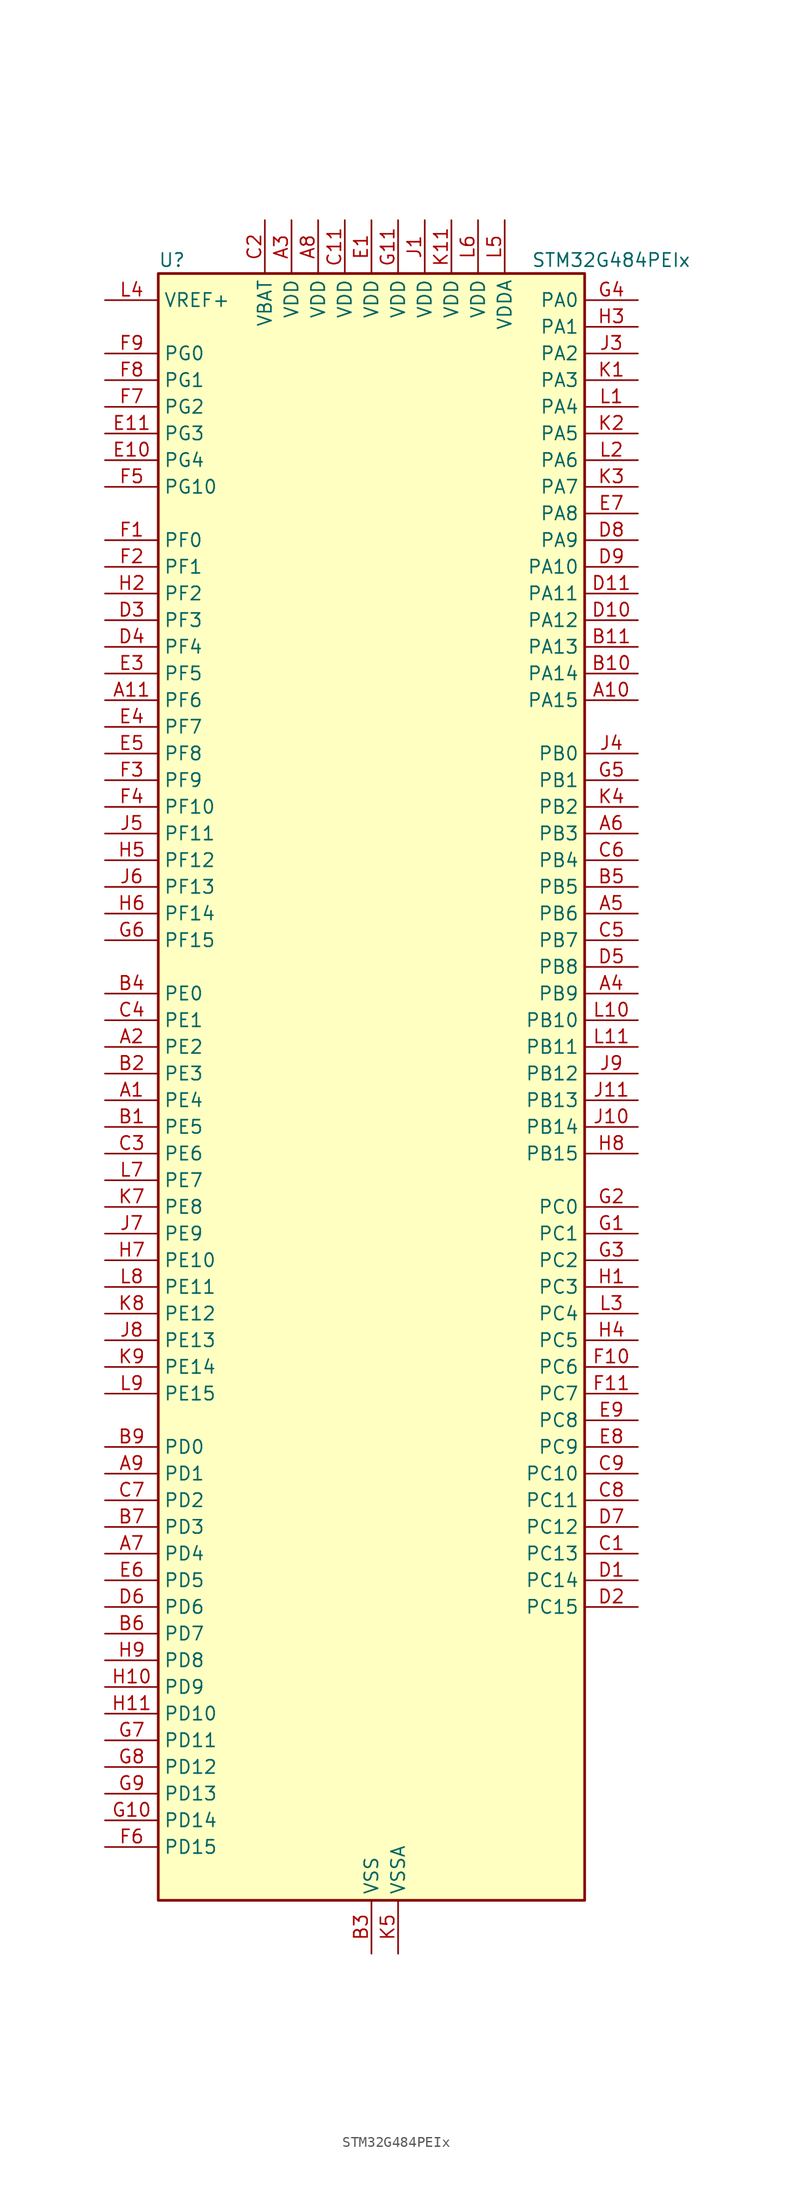
<source format=kicad_sym>
(kicad_symbol_lib
  (version 20231120)
  (generator "kicad_symbol_editor")
  (generator_version "8.0")
  (symbol "STM32G484PEIx"
    (property "Reference" "U"
      (at -20.32 80.01 0)
      (effects (font (size 1.27 1.27)) (justify left)))
    (property "Value" "STM32G484PEIx"
      (at 15.24 80.01 0)
      (effects (font (size 1.27 1.27)) (justify left)))
    (property "ki_locked" ""
      (at 0 0 0)
      (effects (font (size 1.27 1.27))))
    (symbol "STM32G484PEIx_0_1"
      (rectangle (start -20.32 -76.2) (end 20.32 78.74) (stroke (width 0.254) (type default)) (fill (type background))))
    (symbol "STM32G484PEIx_1_1"
      (pin bidirectional line (at -25.4 0 0) (length 5.08) (name "PE4" (effects (font (size 1.27 1.27)))) (number "A1" (effects (font (size 1.27 1.27)))) (alternate "FMC_A20" bidirectional line) (alternate "SAI1_D2" bidirectional line) (alternate "SAI1_FS_A" bidirectional line) (alternate "SPI4_NSS" bidirectional line) (alternate "SYS_TRACED1" bidirectional line) (alternate "TIM20_CH1N" bidirectional line) (alternate "TIM3_CH3" bidirectional line))
      (pin bidirectional line (at 25.4 38.1 180) (length 5.08) (name "PA15" (effects (font (size 1.27 1.27)))) (number "A10" (effects (font (size 1.27 1.27)))) (alternate "ADC1_EXTI15" bidirectional line) (alternate "ADC2_EXTI15" bidirectional line) (alternate "FDCAN3_TX" bidirectional line) (alternate "HRTIM1_FLT2" bidirectional line) (alternate "I2C1_SCL" bidirectional line) (alternate "I2S3_WS" bidirectional line) (alternate "SPI1_NSS" bidirectional line) (alternate "SPI3_NSS" bidirectional line) (alternate "SYS_JTDI" bidirectional line) (alternate "TIM1_BKIN" bidirectional line) (alternate "TIM2_CH1" bidirectional line) (alternate "TIM2_ETR" bidirectional line) (alternate "TIM8_CH1" bidirectional line) (alternate "UART4_DE" bidirectional line) (alternate "UART4_RTS" bidirectional line) (alternate "USART2_RX" bidirectional line))
      (pin bidirectional line (at -25.4 38.1 0) (length 5.08) (name "PF6" (effects (font (size 1.27 1.27)))) (number "A11" (effects (font (size 1.27 1.27)))) (alternate "I2C2_SCL" bidirectional line) (alternate "QUADSPI1_BK1_IO3" bidirectional line) (alternate "SAI1_SD_B" bidirectional line) (alternate "TIM4_CH4" bidirectional line) (alternate "TIM5_CH1" bidirectional line) (alternate "TIM5_ETR" bidirectional line) (alternate "USART3_RTS" bidirectional line))
      (pin bidirectional line (at -25.4 5.08 0) (length 5.08) (name "PE2" (effects (font (size 1.27 1.27)))) (number "A2" (effects (font (size 1.27 1.27)))) (alternate "ADC3_EXTI2" bidirectional line) (alternate "ADC4_EXTI2" bidirectional line) (alternate "ADC5_EXTI2" bidirectional line) (alternate "FMC_A23" bidirectional line) (alternate "SAI1_CK1" bidirectional line) (alternate "SAI1_MCLK_A" bidirectional line) (alternate "SPI4_SCK" bidirectional line) (alternate "SYS_TRACECLK" bidirectional line) (alternate "TIM20_CH1" bidirectional line) (alternate "TIM3_CH1" bidirectional line))
      (pin power_in line (at -7.62 83.82 270) (length 5.08) (name "VDD" (effects (font (size 1.27 1.27)))) (number "A3" (effects (font (size 1.27 1.27)))))
      (pin bidirectional line (at 25.4 10.16 180) (length 5.08) (name "PB9" (effects (font (size 1.27 1.27)))) (number "A4" (effects (font (size 1.27 1.27)))) (alternate "COMP2_OUT" bidirectional line) (alternate "DAC1_EXTI9" bidirectional line) (alternate "DAC2_EXTI9" bidirectional line) (alternate "DAC3_EXTI9" bidirectional line) (alternate "DAC4_EXTI9" bidirectional line) (alternate "FDCAN1_TX" bidirectional line) (alternate "HRTIM1_EEV5" bidirectional line) (alternate "I2C1_SDA" bidirectional line) (alternate "IR_OUT" bidirectional line) (alternate "SAI1_D2" bidirectional line) (alternate "SAI1_FS_A" bidirectional line) (alternate "TIM17_CH1" bidirectional line) (alternate "TIM1_CH3N" bidirectional line) (alternate "TIM4_CH4" bidirectional line) (alternate "TIM8_CH3" bidirectional line) (alternate "USART3_TX" bidirectional line))
      (pin bidirectional line (at 25.4 17.78 180) (length 5.08) (name "PB6" (effects (font (size 1.27 1.27)))) (number "A5" (effects (font (size 1.27 1.27)))) (alternate "COMP4_OUT" bidirectional line) (alternate "FDCAN2_TX" bidirectional line) (alternate "HRTIM1_EEV4" bidirectional line) (alternate "HRTIM1_SCIN" bidirectional line) (alternate "LPTIM1_ETR" bidirectional line) (alternate "SAI1_FS_B" bidirectional line) (alternate "TIM16_CH1N" bidirectional line) (alternate "TIM4_CH1" bidirectional line) (alternate "TIM8_BKIN2" bidirectional line) (alternate "TIM8_CH1" bidirectional line) (alternate "TIM8_ETR" bidirectional line) (alternate "UCPD1_CC1" bidirectional line) (alternate "USART1_TX" bidirectional line))
      (pin bidirectional line (at 25.4 25.4 180) (length 5.08) (name "PB3" (effects (font (size 1.27 1.27)))) (number "A6" (effects (font (size 1.27 1.27)))) (alternate "ADC3_EXTI3" bidirectional line) (alternate "ADC4_EXTI3" bidirectional line) (alternate "ADC5_EXTI3" bidirectional line) (alternate "CRS_SYNC" bidirectional line) (alternate "FDCAN3_RX" bidirectional line) (alternate "HRTIM1_EEV9" bidirectional line) (alternate "HRTIM1_SCOUT" bidirectional line) (alternate "I2S3_CK" bidirectional line) (alternate "SAI1_SCK_B" bidirectional line) (alternate "SPI1_SCK" bidirectional line) (alternate "SPI3_SCK" bidirectional line) (alternate "SYS_JTDO-SWO" bidirectional line) (alternate "TIM2_CH2" bidirectional line) (alternate "TIM3_ETR" bidirectional line) (alternate "TIM4_ETR" bidirectional line) (alternate "TIM8_CH1N" bidirectional line) (alternate "USART2_TX" bidirectional line))
      (pin bidirectional line (at -25.4 -43.18 0) (length 5.08) (name "PD4" (effects (font (size 1.27 1.27)))) (number "A7" (effects (font (size 1.27 1.27)))) (alternate "FMC_NOE" bidirectional line) (alternate "QUADSPI1_BK2_IO0" bidirectional line) (alternate "TIM2_CH2" bidirectional line) (alternate "USART2_DE" bidirectional line) (alternate "USART2_RTS" bidirectional line))
      (pin power_in line (at -5.08 83.82 270) (length 5.08) (name "VDD" (effects (font (size 1.27 1.27)))) (number "A8" (effects (font (size 1.27 1.27)))))
      (pin bidirectional line (at -25.4 -35.56 0) (length 5.08) (name "PD1" (effects (font (size 1.27 1.27)))) (number "A9" (effects (font (size 1.27 1.27)))) (alternate "FDCAN1_TX" bidirectional line) (alternate "FMC_D3" bidirectional line) (alternate "FMC_DA3" bidirectional line) (alternate "TIM8_BKIN2" bidirectional line) (alternate "TIM8_CH4" bidirectional line))
      (pin bidirectional line (at -25.4 -2.54 0) (length 5.08) (name "PE5" (effects (font (size 1.27 1.27)))) (number "B1" (effects (font (size 1.27 1.27)))) (alternate "FMC_A21" bidirectional line) (alternate "SAI1_CK2" bidirectional line) (alternate "SAI1_SCK_A" bidirectional line) (alternate "SPI4_MISO" bidirectional line) (alternate "SYS_TRACED2" bidirectional line) (alternate "TIM20_CH2N" bidirectional line) (alternate "TIM3_CH4" bidirectional line))
      (pin bidirectional line (at 25.4 40.64 180) (length 5.08) (name "PA14" (effects (font (size 1.27 1.27)))) (number "B10" (effects (font (size 1.27 1.27)))) (alternate "I2C1_SDA" bidirectional line) (alternate "I2C4_SMBA" bidirectional line) (alternate "LPTIM1_OUT" bidirectional line) (alternate "SAI1_FS_B" bidirectional line) (alternate "SYS_JTCK-SWCLK" bidirectional line) (alternate "TIM1_BKIN" bidirectional line) (alternate "TIM8_CH2" bidirectional line) (alternate "USART2_TX" bidirectional line))
      (pin bidirectional line (at 25.4 43.18 180) (length 5.08) (name "PA13" (effects (font (size 1.27 1.27)))) (number "B11" (effects (font (size 1.27 1.27)))) (alternate "I2C1_SCL" bidirectional line) (alternate "I2C4_SCL" bidirectional line) (alternate "IR_OUT" bidirectional line) (alternate "SAI1_SD_B" bidirectional line) (alternate "SYS_JTMS-SWDIO" bidirectional line) (alternate "TIM16_CH1N" bidirectional line) (alternate "TIM4_CH3" bidirectional line) (alternate "USART3_CTS" bidirectional line) (alternate "USART3_NSS" bidirectional line))
      (pin bidirectional line (at -25.4 2.54 0) (length 5.08) (name "PE3" (effects (font (size 1.27 1.27)))) (number "B2" (effects (font (size 1.27 1.27)))) (alternate "ADC3_EXTI3" bidirectional line) (alternate "ADC4_EXTI3" bidirectional line) (alternate "ADC5_EXTI3" bidirectional line) (alternate "FMC_A19" bidirectional line) (alternate "SAI1_SD_B" bidirectional line) (alternate "SPI4_NSS" bidirectional line) (alternate "SYS_TRACED0" bidirectional line) (alternate "TIM20_CH2" bidirectional line) (alternate "TIM3_CH2" bidirectional line))
      (pin power_in line (at 0 -81.28 90) (length 5.08) (name "VSS" (effects (font (size 1.27 1.27)))) (number "B3" (effects (font (size 1.27 1.27)))))
      (pin bidirectional line (at -25.4 10.16 0) (length 5.08) (name "PE0" (effects (font (size 1.27 1.27)))) (number "B4" (effects (font (size 1.27 1.27)))) (alternate "FMC_NBL0" bidirectional line) (alternate "TIM16_CH1" bidirectional line) (alternate "TIM20_CH4N" bidirectional line) (alternate "TIM20_ETR" bidirectional line) (alternate "TIM4_ETR" bidirectional line) (alternate "USART1_TX" bidirectional line))
      (pin bidirectional line (at 25.4 20.32 180) (length 5.08) (name "PB5" (effects (font (size 1.27 1.27)))) (number "B5" (effects (font (size 1.27 1.27)))) (alternate "FDCAN2_RX" bidirectional line) (alternate "HRTIM1_EEV6" bidirectional line) (alternate "I2C1_SMBA" bidirectional line) (alternate "I2C3_SDA" bidirectional line) (alternate "I2S3_SD" bidirectional line) (alternate "LPTIM1_IN1" bidirectional line) (alternate "SAI1_SD_B" bidirectional line) (alternate "SPI1_MOSI" bidirectional line) (alternate "SPI3_MOSI" bidirectional line) (alternate "TIM16_BKIN" bidirectional line) (alternate "TIM17_CH1" bidirectional line) (alternate "TIM3_CH2" bidirectional line) (alternate "TIM8_CH3N" bidirectional line) (alternate "UART5_CTS" bidirectional line) (alternate "USART2_CK" bidirectional line))
      (pin bidirectional line (at -25.4 -50.8 0) (length 5.08) (name "PD7" (effects (font (size 1.27 1.27)))) (number "B6" (effects (font (size 1.27 1.27)))) (alternate "FMC_NCE" bidirectional line) (alternate "FMC_NE1" bidirectional line) (alternate "QUADSPI1_BK2_IO3" bidirectional line) (alternate "TIM2_CH3" bidirectional line) (alternate "USART2_CK" bidirectional line))
      (pin bidirectional line (at -25.4 -40.64 0) (length 5.08) (name "PD3" (effects (font (size 1.27 1.27)))) (number "B7" (effects (font (size 1.27 1.27)))) (alternate "ADC3_EXTI3" bidirectional line) (alternate "ADC4_EXTI3" bidirectional line) (alternate "ADC5_EXTI3" bidirectional line) (alternate "FMC_CLK" bidirectional line) (alternate "QUADSPI1_BK2_NCS" bidirectional line) (alternate "TIM2_CH1" bidirectional line) (alternate "TIM2_ETR" bidirectional line) (alternate "USART2_CTS" bidirectional line) (alternate "USART2_NSS" bidirectional line))
      (pin passive line (at 0 -81.28 90) (length 5.08) hide (name "VSS" (effects (font (size 1.27 1.27)))) (number "B8" (effects (font (size 1.27 1.27)))))
      (pin bidirectional line (at -25.4 -33.02 0) (length 5.08) (name "PD0" (effects (font (size 1.27 1.27)))) (number "B9" (effects (font (size 1.27 1.27)))) (alternate "FDCAN1_RX" bidirectional line) (alternate "FMC_D2" bidirectional line) (alternate "FMC_DA2" bidirectional line) (alternate "TIM8_CH4N" bidirectional line))
      (pin bidirectional line (at 25.4 -43.18 180) (length 5.08) (name "PC13" (effects (font (size 1.27 1.27)))) (number "C1" (effects (font (size 1.27 1.27)))) (alternate "RTC_OUT1" bidirectional line) (alternate "RTC_TAMP1" bidirectional line) (alternate "RTC_TS" bidirectional line) (alternate "SYS_WKUP2" bidirectional line) (alternate "TIM1_BKIN" bidirectional line) (alternate "TIM1_CH1N" bidirectional line) (alternate "TIM8_CH4N" bidirectional line))
      (pin passive line (at 0 -81.28 90) (length 5.08) hide (name "VSS" (effects (font (size 1.27 1.27)))) (number "C10" (effects (font (size 1.27 1.27)))))
      (pin power_in line (at -2.54 83.82 270) (length 5.08) (name "VDD" (effects (font (size 1.27 1.27)))) (number "C11" (effects (font (size 1.27 1.27)))))
      (pin power_in line (at -10.16 83.82 270) (length 5.08) (name "VBAT" (effects (font (size 1.27 1.27)))) (number "C2" (effects (font (size 1.27 1.27)))))
      (pin bidirectional line (at -25.4 -5.08 0) (length 5.08) (name "PE6" (effects (font (size 1.27 1.27)))) (number "C3" (effects (font (size 1.27 1.27)))) (alternate "FMC_A22" bidirectional line) (alternate "RTC_TAMP3" bidirectional line) (alternate "SAI1_D1" bidirectional line) (alternate "SAI1_SD_A" bidirectional line) (alternate "SPI4_MOSI" bidirectional line) (alternate "SYS_TRACED3" bidirectional line) (alternate "SYS_WKUP3" bidirectional line) (alternate "TIM20_CH3N" bidirectional line))
      (pin bidirectional line (at -25.4 7.62 0) (length 5.08) (name "PE1" (effects (font (size 1.27 1.27)))) (number "C4" (effects (font (size 1.27 1.27)))) (alternate "FMC_NBL1" bidirectional line) (alternate "TIM17_CH1" bidirectional line) (alternate "TIM20_CH4" bidirectional line) (alternate "USART1_RX" bidirectional line))
      (pin bidirectional line (at 25.4 15.24 180) (length 5.08) (name "PB7" (effects (font (size 1.27 1.27)))) (number "C5" (effects (font (size 1.27 1.27)))) (alternate "COMP3_OUT" bidirectional line) (alternate "FMC_NL" bidirectional line) (alternate "HRTIM1_EEV3" bidirectional line) (alternate "I2C1_SDA" bidirectional line) (alternate "I2C4_SDA" bidirectional line) (alternate "LPTIM1_IN2" bidirectional line) (alternate "SYS_PVD_IN" bidirectional line) (alternate "TIM17_CH1N" bidirectional line) (alternate "TIM3_CH4" bidirectional line) (alternate "TIM4_CH2" bidirectional line) (alternate "TIM8_BKIN" bidirectional line) (alternate "UART4_CTS" bidirectional line) (alternate "USART1_RX" bidirectional line))
      (pin bidirectional line (at 25.4 22.86 180) (length 5.08) (name "PB4" (effects (font (size 1.27 1.27)))) (number "C6" (effects (font (size 1.27 1.27)))) (alternate "FDCAN3_TX" bidirectional line) (alternate "HRTIM1_EEV7" bidirectional line) (alternate "SAI1_MCLK_B" bidirectional line) (alternate "SPI1_MISO" bidirectional line) (alternate "SPI3_MISO" bidirectional line) (alternate "SYS_JTRST" bidirectional line) (alternate "TIM16_CH1" bidirectional line) (alternate "TIM17_BKIN" bidirectional line) (alternate "TIM3_CH1" bidirectional line) (alternate "TIM8_CH2N" bidirectional line) (alternate "UART5_DE" bidirectional line) (alternate "UART5_RTS" bidirectional line) (alternate "UCPD1_CC2" bidirectional line) (alternate "USART2_RX" bidirectional line))
      (pin bidirectional line (at -25.4 -38.1 0) (length 5.08) (name "PD2" (effects (font (size 1.27 1.27)))) (number "C7" (effects (font (size 1.27 1.27)))) (alternate "ADC3_EXTI2" bidirectional line) (alternate "ADC4_EXTI2" bidirectional line) (alternate "ADC5_EXTI2" bidirectional line) (alternate "TIM3_ETR" bidirectional line) (alternate "TIM8_BKIN" bidirectional line) (alternate "UART5_RX" bidirectional line))
      (pin bidirectional line (at 25.4 -38.1 180) (length 5.08) (name "PC11" (effects (font (size 1.27 1.27)))) (number "C8" (effects (font (size 1.27 1.27)))) (alternate "ADC1_EXTI11" bidirectional line) (alternate "ADC2_EXTI11" bidirectional line) (alternate "HRTIM1_EEV2" bidirectional line) (alternate "I2C3_SDA" bidirectional line) (alternate "SPI3_MISO" bidirectional line) (alternate "TIM8_CH2N" bidirectional line) (alternate "UART4_RX" bidirectional line) (alternate "USART3_RX" bidirectional line))
      (pin bidirectional line (at 25.4 -35.56 180) (length 5.08) (name "PC10" (effects (font (size 1.27 1.27)))) (number "C9" (effects (font (size 1.27 1.27)))) (alternate "DAC1_EXTI10" bidirectional line) (alternate "DAC2_EXTI10" bidirectional line) (alternate "DAC3_EXTI10" bidirectional line) (alternate "DAC4_EXTI10" bidirectional line) (alternate "HRTIM1_FLT6" bidirectional line) (alternate "I2S3_CK" bidirectional line) (alternate "SPI3_SCK" bidirectional line) (alternate "TIM8_CH1N" bidirectional line) (alternate "UART4_TX" bidirectional line) (alternate "USART3_TX" bidirectional line))
      (pin bidirectional line (at 25.4 -45.72 180) (length 5.08) (name "PC14" (effects (font (size 1.27 1.27)))) (number "D1" (effects (font (size 1.27 1.27)))) (alternate "RCC_OSC32_IN" bidirectional line))
      (pin bidirectional line (at 25.4 45.72 180) (length 5.08) (name "PA12" (effects (font (size 1.27 1.27)))) (number "D10" (effects (font (size 1.27 1.27)))) (alternate "COMP2_OUT" bidirectional line) (alternate "FDCAN1_TX" bidirectional line) (alternate "HRTIM1_FLT1" bidirectional line) (alternate "I2S_CKIN" bidirectional line) (alternate "TIM16_CH1" bidirectional line) (alternate "TIM1_CH2N" bidirectional line) (alternate "TIM1_ETR" bidirectional line) (alternate "TIM4_CH2" bidirectional line) (alternate "USART1_DE" bidirectional line) (alternate "USART1_RTS" bidirectional line) (alternate "USB_DP" bidirectional line))
      (pin bidirectional line (at 25.4 48.26 180) (length 5.08) (name "PA11" (effects (font (size 1.27 1.27)))) (number "D11" (effects (font (size 1.27 1.27)))) (alternate "ADC1_EXTI11" bidirectional line) (alternate "ADC2_EXTI11" bidirectional line) (alternate "COMP1_OUT" bidirectional line) (alternate "FDCAN1_RX" bidirectional line) (alternate "HRTIM1_CHB2" bidirectional line) (alternate "I2S2_SD" bidirectional line) (alternate "SPI2_MOSI" bidirectional line) (alternate "TIM1_BKIN2" bidirectional line) (alternate "TIM1_CH1N" bidirectional line) (alternate "TIM1_CH4" bidirectional line) (alternate "TIM4_CH1" bidirectional line) (alternate "USART1_CTS" bidirectional line) (alternate "USART1_NSS" bidirectional line) (alternate "USB_DM" bidirectional line))
      (pin bidirectional line (at 25.4 -48.26 180) (length 5.08) (name "PC15" (effects (font (size 1.27 1.27)))) (number "D2" (effects (font (size 1.27 1.27)))) (alternate "ADC1_EXTI15" bidirectional line) (alternate "ADC2_EXTI15" bidirectional line) (alternate "RCC_OSC32_OUT" bidirectional line))
      (pin bidirectional line (at -25.4 45.72 0) (length 5.08) (name "PF3" (effects (font (size 1.27 1.27)))) (number "D3" (effects (font (size 1.27 1.27)))) (alternate "ADC3_EXTI3" bidirectional line) (alternate "ADC4_EXTI3" bidirectional line) (alternate "ADC5_EXTI3" bidirectional line) (alternate "FMC_A3" bidirectional line) (alternate "I2C3_SCL" bidirectional line) (alternate "TIM20_CH4" bidirectional line))
      (pin bidirectional line (at -25.4 43.18 0) (length 5.08) (name "PF4" (effects (font (size 1.27 1.27)))) (number "D4" (effects (font (size 1.27 1.27)))) (alternate "COMP1_OUT" bidirectional line) (alternate "FMC_A4" bidirectional line) (alternate "I2C3_SDA" bidirectional line) (alternate "TIM20_CH1N" bidirectional line))
      (pin bidirectional line (at 25.4 12.7 180) (length 5.08) (name "PB8" (effects (font (size 1.27 1.27)))) (number "D5" (effects (font (size 1.27 1.27)))) (alternate "COMP1_OUT" bidirectional line) (alternate "FDCAN1_RX" bidirectional line) (alternate "HRTIM1_EEV8" bidirectional line) (alternate "I2C1_SCL" bidirectional line) (alternate "SAI1_CK1" bidirectional line) (alternate "SAI1_MCLK_A" bidirectional line) (alternate "TIM16_CH1" bidirectional line) (alternate "TIM1_BKIN" bidirectional line) (alternate "TIM4_CH3" bidirectional line) (alternate "TIM8_CH2" bidirectional line) (alternate "USART3_RX" bidirectional line))
      (pin bidirectional line (at -25.4 -48.26 0) (length 5.08) (name "PD6" (effects (font (size 1.27 1.27)))) (number "D6" (effects (font (size 1.27 1.27)))) (alternate "FMC_NWAIT" bidirectional line) (alternate "QUADSPI1_BK2_IO2" bidirectional line) (alternate "SAI1_D1" bidirectional line) (alternate "SAI1_SD_A" bidirectional line) (alternate "TIM2_CH4" bidirectional line) (alternate "USART2_RX" bidirectional line))
      (pin bidirectional line (at 25.4 -40.64 180) (length 5.08) (name "PC12" (effects (font (size 1.27 1.27)))) (number "D7" (effects (font (size 1.27 1.27)))) (alternate "HRTIM1_EEV1" bidirectional line) (alternate "I2S3_SD" bidirectional line) (alternate "SPI3_MOSI" bidirectional line) (alternate "TIM5_CH2" bidirectional line) (alternate "TIM8_CH3N" bidirectional line) (alternate "UART5_TX" bidirectional line) (alternate "UCPD1_FRSTX1" bidirectional line) (alternate "UCPD1_FRSTX2" bidirectional line) (alternate "USART3_CK" bidirectional line))
      (pin bidirectional line (at 25.4 53.34 180) (length 5.08) (name "PA9" (effects (font (size 1.27 1.27)))) (number "D8" (effects (font (size 1.27 1.27)))) (alternate "ADC5_IN2" bidirectional line) (alternate "COMP5_OUT" bidirectional line) (alternate "DAC1_EXTI9" bidirectional line) (alternate "DAC2_EXTI9" bidirectional line) (alternate "DAC3_EXTI9" bidirectional line) (alternate "DAC4_EXTI9" bidirectional line) (alternate "HRTIM1_CHA2" bidirectional line) (alternate "I2C2_SCL" bidirectional line) (alternate "I2C3_SMBA" bidirectional line) (alternate "I2S3_MCK" bidirectional line) (alternate "SAI1_FS_A" bidirectional line) (alternate "TIM15_BKIN" bidirectional line) (alternate "TIM1_CH2" bidirectional line) (alternate "TIM2_CH3" bidirectional line) (alternate "UCPD1_DBCC1" bidirectional line) (alternate "USART1_TX" bidirectional line))
      (pin bidirectional line (at 25.4 50.8 180) (length 5.08) (name "PA10" (effects (font (size 1.27 1.27)))) (number "D9" (effects (font (size 1.27 1.27)))) (alternate "COMP6_OUT" bidirectional line) (alternate "CRS_SYNC" bidirectional line) (alternate "DAC1_EXTI10" bidirectional line) (alternate "DAC2_EXTI10" bidirectional line) (alternate "DAC3_EXTI10" bidirectional line) (alternate "DAC4_EXTI10" bidirectional line) (alternate "HRTIM1_CHB1" bidirectional line) (alternate "I2C2_SMBA" bidirectional line) (alternate "SAI1_D1" bidirectional line) (alternate "SAI1_SD_A" bidirectional line) (alternate "SPI2_MISO" bidirectional line) (alternate "TIM17_BKIN" bidirectional line) (alternate "TIM1_CH3" bidirectional line) (alternate "TIM2_CH4" bidirectional line) (alternate "TIM8_BKIN" bidirectional line) (alternate "UCPD1_DBCC2" bidirectional line) (alternate "USART1_RX" bidirectional line))
      (pin power_in line (at 0 83.82 270) (length 5.08) (name "VDD" (effects (font (size 1.27 1.27)))) (number "E1" (effects (font (size 1.27 1.27)))))
      (pin bidirectional line (at -25.4 60.96 0) (length 5.08) (name "PG4" (effects (font (size 1.27 1.27)))) (number "E10" (effects (font (size 1.27 1.27)))) (alternate "FMC_A14" bidirectional line) (alternate "I2C4_SDA" bidirectional line) (alternate "SPI1_MOSI" bidirectional line) (alternate "TIM20_BKIN2" bidirectional line))
      (pin bidirectional line (at -25.4 63.5 0) (length 5.08) (name "PG3" (effects (font (size 1.27 1.27)))) (number "E11" (effects (font (size 1.27 1.27)))) (alternate "ADC3_EXTI3" bidirectional line) (alternate "ADC4_EXTI3" bidirectional line) (alternate "ADC5_EXTI3" bidirectional line) (alternate "FMC_A13" bidirectional line) (alternate "I2C4_SCL" bidirectional line) (alternate "SPI1_MISO" bidirectional line) (alternate "TIM20_BKIN" bidirectional line) (alternate "TIM20_CH4N" bidirectional line))
      (pin passive line (at 0 -81.28 90) (length 5.08) hide (name "VSS" (effects (font (size 1.27 1.27)))) (number "E2" (effects (font (size 1.27 1.27)))))
      (pin bidirectional line (at -25.4 40.64 0) (length 5.08) (name "PF5" (effects (font (size 1.27 1.27)))) (number "E3" (effects (font (size 1.27 1.27)))) (alternate "FMC_A5" bidirectional line) (alternate "TIM20_CH2N" bidirectional line))
      (pin bidirectional line (at -25.4 35.56 0) (length 5.08) (name "PF7" (effects (font (size 1.27 1.27)))) (number "E4" (effects (font (size 1.27 1.27)))) (alternate "FMC_A1" bidirectional line) (alternate "QUADSPI1_BK1_IO2" bidirectional line) (alternate "SAI1_MCLK_B" bidirectional line) (alternate "TIM20_BKIN" bidirectional line) (alternate "TIM5_CH2" bidirectional line))
      (pin bidirectional line (at -25.4 33.02 0) (length 5.08) (name "PF8" (effects (font (size 1.27 1.27)))) (number "E5" (effects (font (size 1.27 1.27)))) (alternate "FMC_A24" bidirectional line) (alternate "QUADSPI1_BK1_IO0" bidirectional line) (alternate "SAI1_SCK_B" bidirectional line) (alternate "TIM20_BKIN2" bidirectional line) (alternate "TIM5_CH3" bidirectional line))
      (pin bidirectional line (at -25.4 -45.72 0) (length 5.08) (name "PD5" (effects (font (size 1.27 1.27)))) (number "E6" (effects (font (size 1.27 1.27)))) (alternate "FMC_NWE" bidirectional line) (alternate "QUADSPI1_BK2_IO1" bidirectional line) (alternate "USART2_TX" bidirectional line))
      (pin bidirectional line (at 25.4 55.88 180) (length 5.08) (name "PA8" (effects (font (size 1.27 1.27)))) (number "E7" (effects (font (size 1.27 1.27)))) (alternate "ADC5_IN1" bidirectional line) (alternate "COMP7_OUT" bidirectional line) (alternate "FDCAN3_RX" bidirectional line) (alternate "HRTIM1_CHA1" bidirectional line) (alternate "I2C2_SDA" bidirectional line) (alternate "I2C3_SCL" bidirectional line) (alternate "I2S2_MCK" bidirectional line) (alternate "OPAMP5_VOUT" bidirectional line) (alternate "RCC_MCO" bidirectional line) (alternate "SAI1_CK2" bidirectional line) (alternate "SAI1_SCK_A" bidirectional line) (alternate "TIM1_CH1" bidirectional line) (alternate "TIM4_ETR" bidirectional line) (alternate "USART1_CK" bidirectional line))
      (pin bidirectional line (at 25.4 -33.02 180) (length 5.08) (name "PC9" (effects (font (size 1.27 1.27)))) (number "E8" (effects (font (size 1.27 1.27)))) (alternate "DAC1_EXTI9" bidirectional line) (alternate "DAC2_EXTI9" bidirectional line) (alternate "DAC3_EXTI9" bidirectional line) (alternate "DAC4_EXTI9" bidirectional line) (alternate "HRTIM1_CHE2" bidirectional line) (alternate "I2C3_SDA" bidirectional line) (alternate "I2S_CKIN" bidirectional line) (alternate "TIM3_CH4" bidirectional line) (alternate "TIM8_BKIN2" bidirectional line) (alternate "TIM8_CH4" bidirectional line))
      (pin bidirectional line (at 25.4 -30.48 180) (length 5.08) (name "PC8" (effects (font (size 1.27 1.27)))) (number "E9" (effects (font (size 1.27 1.27)))) (alternate "COMP7_OUT" bidirectional line) (alternate "HRTIM1_CHE1" bidirectional line) (alternate "I2C3_SCL" bidirectional line) (alternate "TIM20_CH3" bidirectional line) (alternate "TIM3_CH3" bidirectional line) (alternate "TIM8_CH3" bidirectional line))
      (pin bidirectional line (at -25.4 53.34 0) (length 5.08) (name "PF0" (effects (font (size 1.27 1.27)))) (number "F1" (effects (font (size 1.27 1.27)))) (alternate "ADC1_IN10" bidirectional line) (alternate "I2C2_SDA" bidirectional line) (alternate "I2S2_WS" bidirectional line) (alternate "RCC_OSC_IN" bidirectional line) (alternate "SPI2_NSS" bidirectional line) (alternate "TIM1_CH3N" bidirectional line))
      (pin bidirectional line (at 25.4 -25.4 180) (length 5.08) (name "PC6" (effects (font (size 1.27 1.27)))) (number "F10" (effects (font (size 1.27 1.27)))) (alternate "COMP6_OUT" bidirectional line) (alternate "HRTIM1_CHF1" bidirectional line) (alternate "HRTIM1_EEV10" bidirectional line) (alternate "I2C4_SCL" bidirectional line) (alternate "I2S2_MCK" bidirectional line) (alternate "TIM3_CH1" bidirectional line) (alternate "TIM8_CH1" bidirectional line))
      (pin bidirectional line (at 25.4 -27.94 180) (length 5.08) (name "PC7" (effects (font (size 1.27 1.27)))) (number "F11" (effects (font (size 1.27 1.27)))) (alternate "COMP5_OUT" bidirectional line) (alternate "HRTIM1_CHF2" bidirectional line) (alternate "HRTIM1_FLT5" bidirectional line) (alternate "I2C4_SDA" bidirectional line) (alternate "I2S3_MCK" bidirectional line) (alternate "TIM3_CH2" bidirectional line) (alternate "TIM8_CH2" bidirectional line))
      (pin bidirectional line (at -25.4 50.8 0) (length 5.08) (name "PF1" (effects (font (size 1.27 1.27)))) (number "F2" (effects (font (size 1.27 1.27)))) (alternate "ADC2_IN10" bidirectional line) (alternate "COMP3_INM" bidirectional line) (alternate "I2S2_CK" bidirectional line) (alternate "RCC_OSC_OUT" bidirectional line) (alternate "SPI2_SCK" bidirectional line))
      (pin bidirectional line (at -25.4 30.48 0) (length 5.08) (name "PF9" (effects (font (size 1.27 1.27)))) (number "F3" (effects (font (size 1.27 1.27)))) (alternate "DAC1_EXTI9" bidirectional line) (alternate "DAC2_EXTI9" bidirectional line) (alternate "DAC3_EXTI9" bidirectional line) (alternate "DAC4_EXTI9" bidirectional line) (alternate "FMC_A25" bidirectional line) (alternate "QUADSPI1_BK1_IO1" bidirectional line) (alternate "SAI1_FS_B" bidirectional line) (alternate "SPI2_SCK" bidirectional line) (alternate "TIM15_CH1" bidirectional line) (alternate "TIM20_BKIN" bidirectional line) (alternate "TIM5_CH4" bidirectional line))
      (pin bidirectional line (at -25.4 27.94 0) (length 5.08) (name "PF10" (effects (font (size 1.27 1.27)))) (number "F4" (effects (font (size 1.27 1.27)))) (alternate "DAC1_EXTI10" bidirectional line) (alternate "DAC2_EXTI10" bidirectional line) (alternate "DAC3_EXTI10" bidirectional line) (alternate "DAC4_EXTI10" bidirectional line) (alternate "FMC_A0" bidirectional line) (alternate "QUADSPI1_CLK" bidirectional line) (alternate "SAI1_D3" bidirectional line) (alternate "SPI2_SCK" bidirectional line) (alternate "TIM15_CH2" bidirectional line) (alternate "TIM20_BKIN2" bidirectional line))
      (pin bidirectional line (at -25.4 58.42 0) (length 5.08) (name "PG10" (effects (font (size 1.27 1.27)))) (number "F5" (effects (font (size 1.27 1.27)))) (alternate "DAC1_EXTI10" bidirectional line) (alternate "DAC2_EXTI10" bidirectional line) (alternate "DAC3_EXTI10" bidirectional line) (alternate "DAC4_EXTI10" bidirectional line) (alternate "RCC_MCO" bidirectional line))
      (pin bidirectional line (at -25.4 -71.12 0) (length 5.08) (name "PD15" (effects (font (size 1.27 1.27)))) (number "F6" (effects (font (size 1.27 1.27)))) (alternate "ADC1_EXTI15" bidirectional line) (alternate "ADC2_EXTI15" bidirectional line) (alternate "COMP7_INM" bidirectional line) (alternate "FMC_D1" bidirectional line) (alternate "FMC_DA1" bidirectional line) (alternate "SPI2_NSS" bidirectional line) (alternate "TIM4_CH4" bidirectional line))
      (pin bidirectional line (at -25.4 66.04 0) (length 5.08) (name "PG2" (effects (font (size 1.27 1.27)))) (number "F7" (effects (font (size 1.27 1.27)))) (alternate "ADC3_EXTI2" bidirectional line) (alternate "ADC4_EXTI2" bidirectional line) (alternate "ADC5_EXTI2" bidirectional line) (alternate "FMC_A12" bidirectional line) (alternate "SPI1_SCK" bidirectional line) (alternate "TIM20_CH3N" bidirectional line))
      (pin bidirectional line (at -25.4 68.58 0) (length 5.08) (name "PG1" (effects (font (size 1.27 1.27)))) (number "F8" (effects (font (size 1.27 1.27)))) (alternate "FMC_A11" bidirectional line) (alternate "TIM20_CH2N" bidirectional line))
      (pin bidirectional line (at -25.4 71.12 0) (length 5.08) (name "PG0" (effects (font (size 1.27 1.27)))) (number "F9" (effects (font (size 1.27 1.27)))) (alternate "FMC_A10" bidirectional line) (alternate "TIM20_CH1N" bidirectional line))
      (pin bidirectional line (at 25.4 -12.7 180) (length 5.08) (name "PC1" (effects (font (size 1.27 1.27)))) (number "G1" (effects (font (size 1.27 1.27)))) (alternate "ADC1_IN7" bidirectional line) (alternate "ADC2_IN7" bidirectional line) (alternate "COMP3_INP" bidirectional line) (alternate "LPTIM1_OUT" bidirectional line) (alternate "LPUART1_TX" bidirectional line) (alternate "QUADSPI1_BK2_IO0" bidirectional line) (alternate "SAI1_SD_A" bidirectional line) (alternate "TIM1_CH2" bidirectional line))
      (pin bidirectional line (at -25.4 -68.58 0) (length 5.08) (name "PD14" (effects (font (size 1.27 1.27)))) (number "G10" (effects (font (size 1.27 1.27)))) (alternate "ADC3_IN11" bidirectional line) (alternate "ADC4_IN11" bidirectional line) (alternate "ADC5_IN11" bidirectional line) (alternate "COMP7_INP" bidirectional line) (alternate "FMC_D0" bidirectional line) (alternate "FMC_DA0" bidirectional line) (alternate "OPAMP2_VINP" bidirectional line) (alternate "OPAMP2_VINP_SEC" bidirectional line) (alternate "TIM4_CH3" bidirectional line))
      (pin power_in line (at 2.54 83.82 270) (length 5.08) (name "VDD" (effects (font (size 1.27 1.27)))) (number "G11" (effects (font (size 1.27 1.27)))))
      (pin bidirectional line (at 25.4 -10.16 180) (length 5.08) (name "PC0" (effects (font (size 1.27 1.27)))) (number "G2" (effects (font (size 1.27 1.27)))) (alternate "ADC1_IN6" bidirectional line) (alternate "ADC2_IN6" bidirectional line) (alternate "COMP3_INM" bidirectional line) (alternate "LPTIM1_IN1" bidirectional line) (alternate "LPUART1_RX" bidirectional line) (alternate "TIM1_CH1" bidirectional line))
      (pin bidirectional line (at 25.4 -15.24 180) (length 5.08) (name "PC2" (effects (font (size 1.27 1.27)))) (number "G3" (effects (font (size 1.27 1.27)))) (alternate "ADC1_IN8" bidirectional line) (alternate "ADC2_IN8" bidirectional line) (alternate "ADC3_EXTI2" bidirectional line) (alternate "ADC4_EXTI2" bidirectional line) (alternate "ADC5_EXTI2" bidirectional line) (alternate "COMP3_OUT" bidirectional line) (alternate "LPTIM1_IN2" bidirectional line) (alternate "QUADSPI1_BK2_IO1" bidirectional line) (alternate "TIM1_CH3" bidirectional line) (alternate "TIM20_CH2" bidirectional line))
      (pin bidirectional line (at 25.4 76.2 180) (length 5.08) (name "PA0" (effects (font (size 1.27 1.27)))) (number "G4" (effects (font (size 1.27 1.27)))) (alternate "ADC1_IN1" bidirectional line) (alternate "ADC2_IN1" bidirectional line) (alternate "COMP1_INM" bidirectional line) (alternate "COMP1_OUT" bidirectional line) (alternate "COMP3_INP" bidirectional line) (alternate "RTC_TAMP2" bidirectional line) (alternate "SYS_WKUP1" bidirectional line) (alternate "TIM2_CH1" bidirectional line) (alternate "TIM2_ETR" bidirectional line) (alternate "TIM5_CH1" bidirectional line) (alternate "TIM8_BKIN" bidirectional line) (alternate "TIM8_ETR" bidirectional line) (alternate "USART2_CTS" bidirectional line) (alternate "USART2_NSS" bidirectional line))
      (pin bidirectional line (at 25.4 30.48 180) (length 5.08) (name "PB1" (effects (font (size 1.27 1.27)))) (number "G5" (effects (font (size 1.27 1.27)))) (alternate "ADC1_IN12" bidirectional line) (alternate "ADC3_IN1" bidirectional line) (alternate "COMP1_INP" bidirectional line) (alternate "COMP4_OUT" bidirectional line) (alternate "HRTIM1_SCOUT" bidirectional line) (alternate "LPUART1_DE" bidirectional line) (alternate "LPUART1_RTS" bidirectional line) (alternate "OPAMP3_VOUT" bidirectional line) (alternate "OPAMP6_VINM" bidirectional line) (alternate "OPAMP6_VINM1" bidirectional line) (alternate "OPAMP6_VINM_SEC" bidirectional line) (alternate "QUADSPI1_BK1_IO0" bidirectional line) (alternate "TIM1_CH3N" bidirectional line) (alternate "TIM3_CH4" bidirectional line) (alternate "TIM8_CH3N" bidirectional line))
      (pin bidirectional line (at -25.4 15.24 0) (length 5.08) (name "PF15" (effects (font (size 1.27 1.27)))) (number "G6" (effects (font (size 1.27 1.27)))) (alternate "ADC1_EXTI15" bidirectional line) (alternate "ADC2_EXTI15" bidirectional line) (alternate "FMC_A9" bidirectional line) (alternate "I2C4_SDA" bidirectional line) (alternate "TIM20_CH4" bidirectional line))
      (pin bidirectional line (at -25.4 -60.96 0) (length 5.08) (name "PD11" (effects (font (size 1.27 1.27)))) (number "G7" (effects (font (size 1.27 1.27)))) (alternate "ADC1_EXTI11" bidirectional line) (alternate "ADC2_EXTI11" bidirectional line) (alternate "ADC3_IN8" bidirectional line) (alternate "ADC4_IN8" bidirectional line) (alternate "ADC5_IN8" bidirectional line) (alternate "COMP6_INP" bidirectional line) (alternate "FMC_A16" bidirectional line) (alternate "FMC_CLE" bidirectional line) (alternate "I2C4_SMBA" bidirectional line) (alternate "OPAMP4_VINP" bidirectional line) (alternate "OPAMP4_VINP_SEC" bidirectional line) (alternate "TIM5_ETR" bidirectional line) (alternate "USART3_CTS" bidirectional line) (alternate "USART3_NSS" bidirectional line))
      (pin bidirectional line (at -25.4 -63.5 0) (length 5.08) (name "PD12" (effects (font (size 1.27 1.27)))) (number "G8" (effects (font (size 1.27 1.27)))) (alternate "ADC3_IN9" bidirectional line) (alternate "ADC4_IN9" bidirectional line) (alternate "ADC5_IN9" bidirectional line) (alternate "COMP5_INP" bidirectional line) (alternate "FMC_A17" bidirectional line) (alternate "FMC_ALE" bidirectional line) (alternate "OPAMP5_VINP" bidirectional line) (alternate "OPAMP5_VINP_SEC" bidirectional line) (alternate "TIM4_CH1" bidirectional line) (alternate "USART3_DE" bidirectional line) (alternate "USART3_RTS" bidirectional line))
      (pin bidirectional line (at -25.4 -66.04 0) (length 5.08) (name "PD13" (effects (font (size 1.27 1.27)))) (number "G9" (effects (font (size 1.27 1.27)))) (alternate "ADC3_IN10" bidirectional line) (alternate "ADC4_IN10" bidirectional line) (alternate "ADC5_IN10" bidirectional line) (alternate "COMP5_INM" bidirectional line) (alternate "FMC_A18" bidirectional line) (alternate "TIM4_CH2" bidirectional line))
      (pin bidirectional line (at 25.4 -17.78 180) (length 5.08) (name "PC3" (effects (font (size 1.27 1.27)))) (number "H1" (effects (font (size 1.27 1.27)))) (alternate "ADC1_IN9" bidirectional line) (alternate "ADC2_IN9" bidirectional line) (alternate "ADC3_EXTI3" bidirectional line) (alternate "ADC4_EXTI3" bidirectional line) (alternate "ADC5_EXTI3" bidirectional line) (alternate "LPTIM1_ETR" bidirectional line) (alternate "OPAMP5_VINP" bidirectional line) (alternate "OPAMP5_VINP_SEC" bidirectional line) (alternate "QUADSPI1_BK2_IO2" bidirectional line) (alternate "SAI1_D1" bidirectional line) (alternate "SAI1_SD_A" bidirectional line) (alternate "TIM1_BKIN2" bidirectional line) (alternate "TIM1_CH4" bidirectional line))
      (pin bidirectional line (at -25.4 -55.88 0) (length 5.08) (name "PD9" (effects (font (size 1.27 1.27)))) (number "H10" (effects (font (size 1.27 1.27)))) (alternate "ADC4_IN13" bidirectional line) (alternate "ADC5_IN13" bidirectional line) (alternate "DAC1_EXTI9" bidirectional line) (alternate "DAC2_EXTI9" bidirectional line) (alternate "DAC3_EXTI9" bidirectional line) (alternate "DAC4_EXTI9" bidirectional line) (alternate "FMC_D14" bidirectional line) (alternate "FMC_DA14" bidirectional line) (alternate "OPAMP6_VINP" bidirectional line) (alternate "OPAMP6_VINP_SEC" bidirectional line) (alternate "USART3_RX" bidirectional line))
      (pin bidirectional line (at -25.4 -58.42 0) (length 5.08) (name "PD10" (effects (font (size 1.27 1.27)))) (number "H11" (effects (font (size 1.27 1.27)))) (alternate "ADC3_IN7" bidirectional line) (alternate "ADC4_IN7" bidirectional line) (alternate "ADC5_IN7" bidirectional line) (alternate "COMP6_INM" bidirectional line) (alternate "DAC1_EXTI10" bidirectional line) (alternate "DAC2_EXTI10" bidirectional line) (alternate "DAC3_EXTI10" bidirectional line) (alternate "DAC4_EXTI10" bidirectional line) (alternate "FMC_D15" bidirectional line) (alternate "FMC_DA15" bidirectional line) (alternate "USART3_CK" bidirectional line))
      (pin bidirectional line (at -25.4 48.26 0) (length 5.08) (name "PF2" (effects (font (size 1.27 1.27)))) (number "H2" (effects (font (size 1.27 1.27)))) (alternate "ADC3_EXTI2" bidirectional line) (alternate "ADC4_EXTI2" bidirectional line) (alternate "ADC5_EXTI2" bidirectional line) (alternate "FMC_A2" bidirectional line) (alternate "I2C2_SMBA" bidirectional line) (alternate "TIM20_CH3" bidirectional line))
      (pin bidirectional line (at 25.4 73.66 180) (length 5.08) (name "PA1" (effects (font (size 1.27 1.27)))) (number "H3" (effects (font (size 1.27 1.27)))) (alternate "ADC1_IN2" bidirectional line) (alternate "ADC2_IN2" bidirectional line) (alternate "COMP1_INP" bidirectional line) (alternate "OPAMP1_VINP" bidirectional line) (alternate "OPAMP1_VINP_SEC" bidirectional line) (alternate "OPAMP3_VINP" bidirectional line) (alternate "OPAMP3_VINP_SEC" bidirectional line) (alternate "OPAMP6_VINM" bidirectional line) (alternate "OPAMP6_VINM0" bidirectional line) (alternate "OPAMP6_VINM_SEC" bidirectional line) (alternate "RTC_REFIN" bidirectional line) (alternate "TIM15_CH1N" bidirectional line) (alternate "TIM2_CH2" bidirectional line) (alternate "TIM5_CH2" bidirectional line) (alternate "USART2_DE" bidirectional line) (alternate "USART2_RTS" bidirectional line))
      (pin bidirectional line (at 25.4 -22.86 180) (length 5.08) (name "PC5" (effects (font (size 1.27 1.27)))) (number "H4" (effects (font (size 1.27 1.27)))) (alternate "ADC2_IN11" bidirectional line) (alternate "HRTIM1_EEV10" bidirectional line) (alternate "OPAMP1_VINM" bidirectional line) (alternate "OPAMP1_VINM1" bidirectional line) (alternate "OPAMP1_VINM_SEC" bidirectional line) (alternate "OPAMP2_VINM" bidirectional line) (alternate "OPAMP2_VINM1" bidirectional line) (alternate "OPAMP2_VINM_SEC" bidirectional line) (alternate "SAI1_D3" bidirectional line) (alternate "SYS_WKUP5" bidirectional line) (alternate "TIM15_BKIN" bidirectional line) (alternate "TIM1_CH4N" bidirectional line) (alternate "USART1_RX" bidirectional line))
      (pin bidirectional line (at -25.4 22.86 0) (length 5.08) (name "PF12" (effects (font (size 1.27 1.27)))) (number "H5" (effects (font (size 1.27 1.27)))) (alternate "FMC_A6" bidirectional line) (alternate "TIM20_CH1" bidirectional line))
      (pin bidirectional line (at -25.4 17.78 0) (length 5.08) (name "PF14" (effects (font (size 1.27 1.27)))) (number "H6" (effects (font (size 1.27 1.27)))) (alternate "FMC_A8" bidirectional line) (alternate "I2C4_SCL" bidirectional line) (alternate "TIM20_CH3" bidirectional line))
      (pin bidirectional line (at -25.4 -15.24 0) (length 5.08) (name "PE10" (effects (font (size 1.27 1.27)))) (number "H7" (effects (font (size 1.27 1.27)))) (alternate "ADC3_IN14" bidirectional line) (alternate "ADC4_IN14" bidirectional line) (alternate "ADC5_IN14" bidirectional line) (alternate "DAC1_EXTI10" bidirectional line) (alternate "DAC2_EXTI10" bidirectional line) (alternate "DAC3_EXTI10" bidirectional line) (alternate "DAC4_EXTI10" bidirectional line) (alternate "FMC_D7" bidirectional line) (alternate "FMC_DA7" bidirectional line) (alternate "QUADSPI1_CLK" bidirectional line) (alternate "SAI1_MCLK_B" bidirectional line) (alternate "TIM1_CH2N" bidirectional line))
      (pin bidirectional line (at 25.4 -5.08 180) (length 5.08) (name "PB15" (effects (font (size 1.27 1.27)))) (number "H8" (effects (font (size 1.27 1.27)))) (alternate "ADC1_EXTI15" bidirectional line) (alternate "ADC2_EXTI15" bidirectional line) (alternate "ADC2_IN15" bidirectional line) (alternate "ADC4_IN5" bidirectional line) (alternate "COMP3_OUT" bidirectional line) (alternate "COMP6_INM" bidirectional line) (alternate "HRTIM1_CHD2" bidirectional line) (alternate "I2S2_SD" bidirectional line) (alternate "OPAMP5_VINM" bidirectional line) (alternate "OPAMP5_VINM0" bidirectional line) (alternate "OPAMP5_VINM_SEC" bidirectional line) (alternate "RTC_REFIN" bidirectional line) (alternate "SPI2_MOSI" bidirectional line) (alternate "TIM15_CH1N" bidirectional line) (alternate "TIM15_CH2" bidirectional line) (alternate "TIM1_CH3N" bidirectional line))
      (pin bidirectional line (at -25.4 -53.34 0) (length 5.08) (name "PD8" (effects (font (size 1.27 1.27)))) (number "H9" (effects (font (size 1.27 1.27)))) (alternate "ADC4_IN12" bidirectional line) (alternate "ADC5_IN12" bidirectional line) (alternate "FMC_D13" bidirectional line) (alternate "FMC_DA13" bidirectional line) (alternate "OPAMP4_VINM" bidirectional line) (alternate "OPAMP4_VINM1" bidirectional line) (alternate "OPAMP4_VINM_SEC" bidirectional line) (alternate "USART3_TX" bidirectional line))
      (pin power_in line (at 5.08 83.82 270) (length 5.08) (name "VDD" (effects (font (size 1.27 1.27)))) (number "J1" (effects (font (size 1.27 1.27)))))
      (pin bidirectional line (at 25.4 -2.54 180) (length 5.08) (name "PB14" (effects (font (size 1.27 1.27)))) (number "J10" (effects (font (size 1.27 1.27)))) (alternate "ADC1_IN5" bidirectional line) (alternate "ADC4_IN4" bidirectional line) (alternate "COMP4_OUT" bidirectional line) (alternate "COMP7_INP" bidirectional line) (alternate "HRTIM1_CHD1" bidirectional line) (alternate "OPAMP2_VINP" bidirectional line) (alternate "OPAMP2_VINP_SEC" bidirectional line) (alternate "OPAMP5_VINP" bidirectional line) (alternate "OPAMP5_VINP_SEC" bidirectional line) (alternate "SPI2_MISO" bidirectional line) (alternate "TIM15_CH1" bidirectional line) (alternate "TIM1_CH2N" bidirectional line) (alternate "USART3_DE" bidirectional line) (alternate "USART3_RTS" bidirectional line))
      (pin bidirectional line (at 25.4 0 180) (length 5.08) (name "PB13" (effects (font (size 1.27 1.27)))) (number "J11" (effects (font (size 1.27 1.27)))) (alternate "ADC3_IN5" bidirectional line) (alternate "COMP5_INP" bidirectional line) (alternate "FDCAN2_TX" bidirectional line) (alternate "HRTIM1_CHC2" bidirectional line) (alternate "I2S2_CK" bidirectional line) (alternate "LPUART1_CTS" bidirectional line) (alternate "OPAMP3_VINP" bidirectional line) (alternate "OPAMP3_VINP_SEC" bidirectional line) (alternate "OPAMP4_VINP" bidirectional line) (alternate "OPAMP4_VINP_SEC" bidirectional line) (alternate "OPAMP6_VINP" bidirectional line) (alternate "OPAMP6_VINP_SEC" bidirectional line) (alternate "SPI2_SCK" bidirectional line) (alternate "TIM1_CH1N" bidirectional line) (alternate "USART3_CTS" bidirectional line) (alternate "USART3_NSS" bidirectional line))
      (pin passive line (at 0 -81.28 90) (length 5.08) hide (name "VSS" (effects (font (size 1.27 1.27)))) (number "J2" (effects (font (size 1.27 1.27)))))
      (pin bidirectional line (at 25.4 71.12 180) (length 5.08) (name "PA2" (effects (font (size 1.27 1.27)))) (number "J3" (effects (font (size 1.27 1.27)))) (alternate "ADC1_IN3" bidirectional line) (alternate "ADC3_EXTI2" bidirectional line) (alternate "ADC4_EXTI2" bidirectional line) (alternate "ADC5_EXTI2" bidirectional line) (alternate "COMP2_INM" bidirectional line) (alternate "COMP2_OUT" bidirectional line) (alternate "LPUART1_TX" bidirectional line) (alternate "OPAMP1_VOUT" bidirectional line) (alternate "QUADSPI1_BK1_NCS" bidirectional line) (alternate "RCC_LSCO" bidirectional line) (alternate "SYS_WKUP4" bidirectional line) (alternate "TIM15_CH1" bidirectional line) (alternate "TIM2_CH3" bidirectional line) (alternate "TIM5_CH3" bidirectional line) (alternate "UCPD1_FRSTX1" bidirectional line) (alternate "UCPD1_FRSTX2" bidirectional line) (alternate "USART2_TX" bidirectional line))
      (pin bidirectional line (at 25.4 33.02 180) (length 5.08) (name "PB0" (effects (font (size 1.27 1.27)))) (number "J4" (effects (font (size 1.27 1.27)))) (alternate "ADC1_IN15" bidirectional line) (alternate "ADC3_IN12" bidirectional line) (alternate "COMP4_INP" bidirectional line) (alternate "HRTIM1_FLT5" bidirectional line) (alternate "OPAMP2_VINP" bidirectional line) (alternate "OPAMP2_VINP_SEC" bidirectional line) (alternate "OPAMP3_VINP" bidirectional line) (alternate "OPAMP3_VINP_SEC" bidirectional line) (alternate "QUADSPI1_BK1_IO1" bidirectional line) (alternate "TIM1_CH2N" bidirectional line) (alternate "TIM3_CH3" bidirectional line) (alternate "TIM8_CH2N" bidirectional line) (alternate "UCPD1_FRSTX1" bidirectional line) (alternate "UCPD1_FRSTX2" bidirectional line))
      (pin bidirectional line (at -25.4 25.4 0) (length 5.08) (name "PF11" (effects (font (size 1.27 1.27)))) (number "J5" (effects (font (size 1.27 1.27)))) (alternate "ADC1_EXTI11" bidirectional line) (alternate "ADC2_EXTI11" bidirectional line) (alternate "FMC_NE4" bidirectional line) (alternate "TIM20_ETR" bidirectional line))
      (pin bidirectional line (at -25.4 20.32 0) (length 5.08) (name "PF13" (effects (font (size 1.27 1.27)))) (number "J6" (effects (font (size 1.27 1.27)))) (alternate "FMC_A7" bidirectional line) (alternate "I2C4_SMBA" bidirectional line) (alternate "TIM20_CH2" bidirectional line))
      (pin bidirectional line (at -25.4 -12.7 0) (length 5.08) (name "PE9" (effects (font (size 1.27 1.27)))) (number "J7" (effects (font (size 1.27 1.27)))) (alternate "ADC3_IN2" bidirectional line) (alternate "DAC1_EXTI9" bidirectional line) (alternate "DAC2_EXTI9" bidirectional line) (alternate "DAC3_EXTI9" bidirectional line) (alternate "DAC4_EXTI9" bidirectional line) (alternate "FMC_D6" bidirectional line) (alternate "FMC_DA6" bidirectional line) (alternate "SAI1_FS_B" bidirectional line) (alternate "TIM1_CH1" bidirectional line) (alternate "TIM5_CH4" bidirectional line))
      (pin bidirectional line (at -25.4 -22.86 0) (length 5.08) (name "PE13" (effects (font (size 1.27 1.27)))) (number "J8" (effects (font (size 1.27 1.27)))) (alternate "ADC3_IN3" bidirectional line) (alternate "FMC_D10" bidirectional line) (alternate "FMC_DA10" bidirectional line) (alternate "QUADSPI1_BK1_IO1" bidirectional line) (alternate "SPI4_MISO" bidirectional line) (alternate "TIM1_CH3" bidirectional line))
      (pin bidirectional line (at 25.4 2.54 180) (length 5.08) (name "PB12" (effects (font (size 1.27 1.27)))) (number "J9" (effects (font (size 1.27 1.27)))) (alternate "ADC1_IN11" bidirectional line) (alternate "ADC4_IN3" bidirectional line) (alternate "COMP7_INM" bidirectional line) (alternate "FDCAN2_RX" bidirectional line) (alternate "HRTIM1_CHC1" bidirectional line) (alternate "I2C2_SMBA" bidirectional line) (alternate "I2S2_WS" bidirectional line) (alternate "LPUART1_DE" bidirectional line) (alternate "LPUART1_RTS" bidirectional line) (alternate "OPAMP4_VOUT" bidirectional line) (alternate "OPAMP6_VINP" bidirectional line) (alternate "OPAMP6_VINP_SEC" bidirectional line) (alternate "SPI2_NSS" bidirectional line) (alternate "TIM1_BKIN" bidirectional line) (alternate "TIM5_ETR" bidirectional line) (alternate "USART3_CK" bidirectional line))
      (pin bidirectional line (at 25.4 68.58 180) (length 5.08) (name "PA3" (effects (font (size 1.27 1.27)))) (number "K1" (effects (font (size 1.27 1.27)))) (alternate "ADC1_IN4" bidirectional line) (alternate "ADC3_EXTI3" bidirectional line) (alternate "ADC4_EXTI3" bidirectional line) (alternate "ADC5_EXTI3" bidirectional line) (alternate "COMP2_INP" bidirectional line) (alternate "LPUART1_RX" bidirectional line) (alternate "OPAMP1_VINM" bidirectional line) (alternate "OPAMP1_VINM0" bidirectional line) (alternate "OPAMP1_VINM_SEC" bidirectional line) (alternate "OPAMP1_VINP" bidirectional line) (alternate "OPAMP1_VINP_SEC" bidirectional line) (alternate "OPAMP5_VINM" bidirectional line) (alternate "OPAMP5_VINM1" bidirectional line) (alternate "OPAMP5_VINM_SEC" bidirectional line) (alternate "QUADSPI1_CLK" bidirectional line) (alternate "SAI1_CK1" bidirectional line) (alternate "SAI1_MCLK_A" bidirectional line) (alternate "TIM15_CH2" bidirectional line) (alternate "TIM2_CH4" bidirectional line) (alternate "TIM5_CH4" bidirectional line) (alternate "USART2_RX" bidirectional line))
      (pin passive line (at 0 -81.28 90) (length 5.08) hide (name "VSS" (effects (font (size 1.27 1.27)))) (number "K10" (effects (font (size 1.27 1.27)))))
      (pin power_in line (at 7.62 83.82 270) (length 5.08) (name "VDD" (effects (font (size 1.27 1.27)))) (number "K11" (effects (font (size 1.27 1.27)))))
      (pin bidirectional line (at 25.4 63.5 180) (length 5.08) (name "PA5" (effects (font (size 1.27 1.27)))) (number "K2" (effects (font (size 1.27 1.27)))) (alternate "ADC2_IN13" bidirectional line) (alternate "COMP2_INM" bidirectional line) (alternate "DAC1_OUT2" bidirectional line) (alternate "OPAMP2_VINM" bidirectional line) (alternate "OPAMP2_VINM0" bidirectional line) (alternate "OPAMP2_VINM_SEC" bidirectional line) (alternate "SPI1_SCK" bidirectional line) (alternate "TIM2_CH1" bidirectional line) (alternate "TIM2_ETR" bidirectional line) (alternate "UCPD1_FRSTX1" bidirectional line) (alternate "UCPD1_FRSTX2" bidirectional line))
      (pin bidirectional line (at 25.4 58.42 180) (length 5.08) (name "PA7" (effects (font (size 1.27 1.27)))) (number "K3" (effects (font (size 1.27 1.27)))) (alternate "ADC2_IN4" bidirectional line) (alternate "COMP2_INP" bidirectional line) (alternate "COMP2_OUT" bidirectional line) (alternate "OPAMP1_VINP" bidirectional line) (alternate "OPAMP1_VINP_SEC" bidirectional line) (alternate "OPAMP2_VINP" bidirectional line) (alternate "OPAMP2_VINP_SEC" bidirectional line) (alternate "QUADSPI1_BK1_IO2" bidirectional line) (alternate "SPI1_MOSI" bidirectional line) (alternate "TIM17_CH1" bidirectional line) (alternate "TIM1_CH1N" bidirectional line) (alternate "TIM3_CH2" bidirectional line) (alternate "TIM8_CH1N" bidirectional line) (alternate "UCPD1_FRSTX1" bidirectional line) (alternate "UCPD1_FRSTX2" bidirectional line))
      (pin bidirectional line (at 25.4 27.94 180) (length 5.08) (name "PB2" (effects (font (size 1.27 1.27)))) (number "K4" (effects (font (size 1.27 1.27)))) (alternate "ADC2_IN12" bidirectional line) (alternate "ADC3_EXTI2" bidirectional line) (alternate "ADC4_EXTI2" bidirectional line) (alternate "ADC5_EXTI2" bidirectional line) (alternate "COMP4_INM" bidirectional line) (alternate "HRTIM1_SCIN" bidirectional line) (alternate "I2C3_SMBA" bidirectional line) (alternate "LPTIM1_OUT" bidirectional line) (alternate "OPAMP3_VINM" bidirectional line) (alternate "OPAMP3_VINM0" bidirectional line) (alternate "OPAMP3_VINM_SEC" bidirectional line) (alternate "QUADSPI1_BK2_IO1" bidirectional line) (alternate "RTC_OUT2" bidirectional line) (alternate "TIM20_CH1" bidirectional line) (alternate "TIM5_CH1" bidirectional line))
      (pin power_in line (at 2.54 -81.28 90) (length 5.08) (name "VSSA" (effects (font (size 1.27 1.27)))) (number "K5" (effects (font (size 1.27 1.27)))))
      (pin passive line (at 0 -81.28 90) (length 5.08) hide (name "VSS" (effects (font (size 1.27 1.27)))) (number "K6" (effects (font (size 1.27 1.27)))))
      (pin bidirectional line (at -25.4 -10.16 0) (length 5.08) (name "PE8" (effects (font (size 1.27 1.27)))) (number "K7" (effects (font (size 1.27 1.27)))) (alternate "ADC3_IN6" bidirectional line) (alternate "ADC4_IN6" bidirectional line) (alternate "ADC5_IN6" bidirectional line) (alternate "COMP4_INM" bidirectional line) (alternate "FMC_D5" bidirectional line) (alternate "FMC_DA5" bidirectional line) (alternate "SAI1_SCK_B" bidirectional line) (alternate "TIM1_CH1N" bidirectional line) (alternate "TIM5_CH3" bidirectional line))
      (pin bidirectional line (at -25.4 -20.32 0) (length 5.08) (name "PE12" (effects (font (size 1.27 1.27)))) (number "K8" (effects (font (size 1.27 1.27)))) (alternate "ADC3_IN16" bidirectional line) (alternate "ADC4_IN16" bidirectional line) (alternate "ADC5_IN16" bidirectional line) (alternate "FMC_D9" bidirectional line) (alternate "FMC_DA9" bidirectional line) (alternate "QUADSPI1_BK1_IO0" bidirectional line) (alternate "SPI4_SCK" bidirectional line) (alternate "TIM1_CH3N" bidirectional line))
      (pin bidirectional line (at -25.4 -25.4 0) (length 5.08) (name "PE14" (effects (font (size 1.27 1.27)))) (number "K9" (effects (font (size 1.27 1.27)))) (alternate "ADC4_IN1" bidirectional line) (alternate "FMC_D11" bidirectional line) (alternate "FMC_DA11" bidirectional line) (alternate "QUADSPI1_BK1_IO2" bidirectional line) (alternate "SPI4_MOSI" bidirectional line) (alternate "TIM1_BKIN2" bidirectional line) (alternate "TIM1_CH4" bidirectional line))
      (pin bidirectional line (at 25.4 66.04 180) (length 5.08) (name "PA4" (effects (font (size 1.27 1.27)))) (number "L1" (effects (font (size 1.27 1.27)))) (alternate "ADC2_IN17" bidirectional line) (alternate "COMP1_INM" bidirectional line) (alternate "DAC1_OUT1" bidirectional line) (alternate "I2S3_WS" bidirectional line) (alternate "SAI1_FS_B" bidirectional line) (alternate "SPI1_NSS" bidirectional line) (alternate "SPI3_NSS" bidirectional line) (alternate "TIM3_CH2" bidirectional line) (alternate "USART2_CK" bidirectional line))
      (pin bidirectional line (at 25.4 7.62 180) (length 5.08) (name "PB10" (effects (font (size 1.27 1.27)))) (number "L10" (effects (font (size 1.27 1.27)))) (alternate "COMP5_INM" bidirectional line) (alternate "DAC1_EXTI10" bidirectional line) (alternate "DAC2_EXTI10" bidirectional line) (alternate "DAC3_EXTI10" bidirectional line) (alternate "DAC4_EXTI10" bidirectional line) (alternate "HRTIM1_FLT3" bidirectional line) (alternate "LPUART1_RX" bidirectional line) (alternate "OPAMP3_VINM" bidirectional line) (alternate "OPAMP3_VINM1" bidirectional line) (alternate "OPAMP3_VINM_SEC" bidirectional line) (alternate "OPAMP4_VINM" bidirectional line) (alternate "OPAMP4_VINM0" bidirectional line) (alternate "OPAMP4_VINM_SEC" bidirectional line) (alternate "QUADSPI1_CLK" bidirectional line) (alternate "SAI1_SCK_A" bidirectional line) (alternate "TIM1_BKIN" bidirectional line) (alternate "TIM2_CH3" bidirectional line) (alternate "USART3_TX" bidirectional line))
      (pin bidirectional line (at 25.4 5.08 180) (length 5.08) (name "PB11" (effects (font (size 1.27 1.27)))) (number "L11" (effects (font (size 1.27 1.27)))) (alternate "ADC1_EXTI11" bidirectional line) (alternate "ADC1_IN14" bidirectional line) (alternate "ADC2_EXTI11" bidirectional line) (alternate "ADC2_IN14" bidirectional line) (alternate "COMP6_INP" bidirectional line) (alternate "HRTIM1_FLT4" bidirectional line) (alternate "LPUART1_TX" bidirectional line) (alternate "OPAMP4_VINP" bidirectional line) (alternate "OPAMP4_VINP_SEC" bidirectional line) (alternate "OPAMP6_VOUT" bidirectional line) (alternate "QUADSPI1_BK1_NCS" bidirectional line) (alternate "TIM2_CH4" bidirectional line) (alternate "USART3_RX" bidirectional line))
      (pin bidirectional line (at 25.4 60.96 180) (length 5.08) (name "PA6" (effects (font (size 1.27 1.27)))) (number "L2" (effects (font (size 1.27 1.27)))) (alternate "ADC2_IN3" bidirectional line) (alternate "COMP1_OUT" bidirectional line) (alternate "DAC2_OUT1" bidirectional line) (alternate "LPUART1_CTS" bidirectional line) (alternate "OPAMP2_VOUT" bidirectional line) (alternate "QUADSPI1_BK1_IO3" bidirectional line) (alternate "SPI1_MISO" bidirectional line) (alternate "TIM16_CH1" bidirectional line) (alternate "TIM1_BKIN" bidirectional line) (alternate "TIM3_CH1" bidirectional line) (alternate "TIM8_BKIN" bidirectional line))
      (pin bidirectional line (at 25.4 -20.32 180) (length 5.08) (name "PC4" (effects (font (size 1.27 1.27)))) (number "L3" (effects (font (size 1.27 1.27)))) (alternate "ADC2_IN5" bidirectional line) (alternate "I2C2_SCL" bidirectional line) (alternate "QUADSPI1_BK2_IO3" bidirectional line) (alternate "TIM1_ETR" bidirectional line) (alternate "USART1_TX" bidirectional line))
      (pin input line (at -25.4 76.2 0) (length 5.08) (name "VREF+" (effects (font (size 1.27 1.27)))) (number "L4" (effects (font (size 1.27 1.27)))) (alternate "VREFBUF_OUT" bidirectional line))
      (pin power_in line (at 12.7 83.82 270) (length 5.08) (name "VDDA" (effects (font (size 1.27 1.27)))) (number "L5" (effects (font (size 1.27 1.27)))))
      (pin power_in line (at 10.16 83.82 270) (length 5.08) (name "VDD" (effects (font (size 1.27 1.27)))) (number "L6" (effects (font (size 1.27 1.27)))))
      (pin bidirectional line (at -25.4 -7.62 0) (length 5.08) (name "PE7" (effects (font (size 1.27 1.27)))) (number "L7" (effects (font (size 1.27 1.27)))) (alternate "ADC3_IN4" bidirectional line) (alternate "COMP4_INP" bidirectional line) (alternate "FMC_D4" bidirectional line) (alternate "FMC_DA4" bidirectional line) (alternate "SAI1_SD_B" bidirectional line) (alternate "TIM1_ETR" bidirectional line))
      (pin bidirectional line (at -25.4 -17.78 0) (length 5.08) (name "PE11" (effects (font (size 1.27 1.27)))) (number "L8" (effects (font (size 1.27 1.27)))) (alternate "ADC1_EXTI11" bidirectional line) (alternate "ADC2_EXTI11" bidirectional line) (alternate "ADC3_IN15" bidirectional line) (alternate "ADC4_IN15" bidirectional line) (alternate "ADC5_IN15" bidirectional line) (alternate "FMC_D8" bidirectional line) (alternate "FMC_DA8" bidirectional line) (alternate "QUADSPI1_BK1_NCS" bidirectional line) (alternate "SPI4_NSS" bidirectional line) (alternate "TIM1_CH2" bidirectional line))
      (pin bidirectional line (at -25.4 -27.94 0) (length 5.08) (name "PE15" (effects (font (size 1.27 1.27)))) (number "L9" (effects (font (size 1.27 1.27)))) (alternate "ADC1_EXTI15" bidirectional line) (alternate "ADC2_EXTI15" bidirectional line) (alternate "ADC4_IN2" bidirectional line) (alternate "FMC_D12" bidirectional line) (alternate "FMC_DA12" bidirectional line) (alternate "QUADSPI1_BK1_IO3" bidirectional line) (alternate "TIM1_BKIN" bidirectional line) (alternate "TIM1_CH4N" bidirectional line) (alternate "USART3_RX" bidirectional line)))))
</source>
